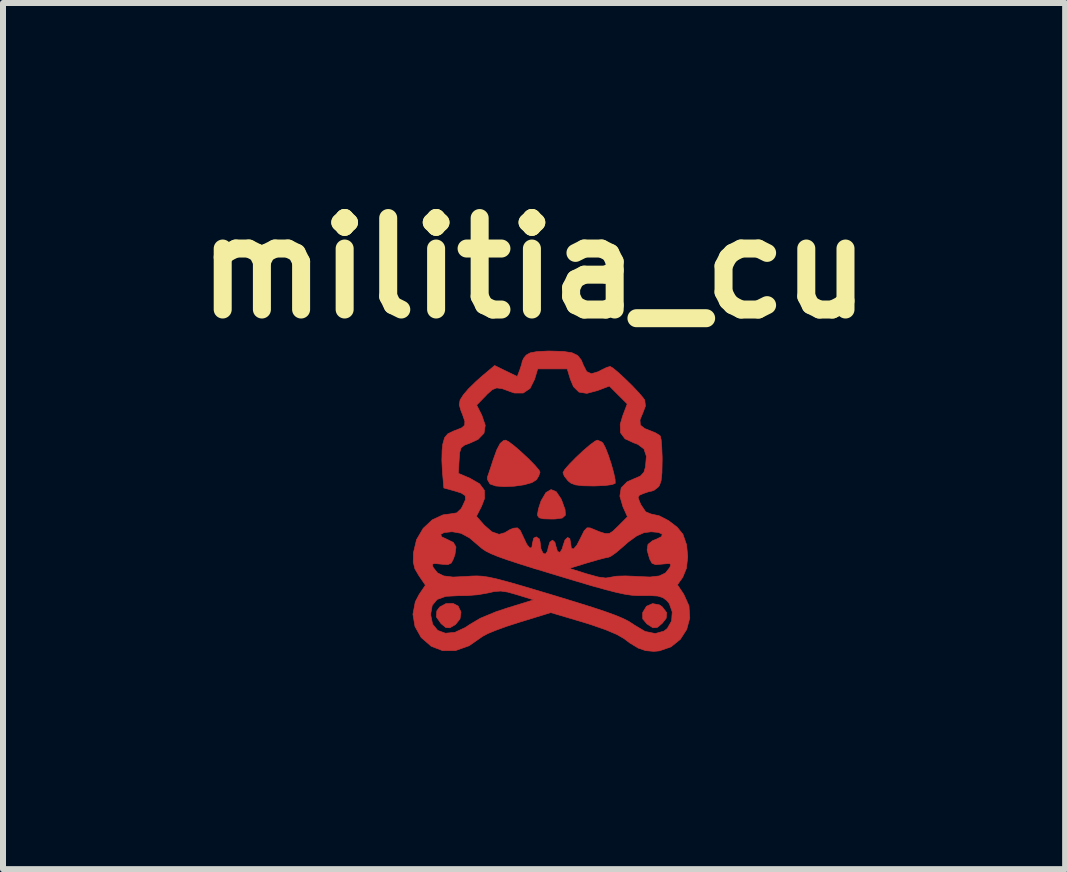
<source format=kicad_pcb>
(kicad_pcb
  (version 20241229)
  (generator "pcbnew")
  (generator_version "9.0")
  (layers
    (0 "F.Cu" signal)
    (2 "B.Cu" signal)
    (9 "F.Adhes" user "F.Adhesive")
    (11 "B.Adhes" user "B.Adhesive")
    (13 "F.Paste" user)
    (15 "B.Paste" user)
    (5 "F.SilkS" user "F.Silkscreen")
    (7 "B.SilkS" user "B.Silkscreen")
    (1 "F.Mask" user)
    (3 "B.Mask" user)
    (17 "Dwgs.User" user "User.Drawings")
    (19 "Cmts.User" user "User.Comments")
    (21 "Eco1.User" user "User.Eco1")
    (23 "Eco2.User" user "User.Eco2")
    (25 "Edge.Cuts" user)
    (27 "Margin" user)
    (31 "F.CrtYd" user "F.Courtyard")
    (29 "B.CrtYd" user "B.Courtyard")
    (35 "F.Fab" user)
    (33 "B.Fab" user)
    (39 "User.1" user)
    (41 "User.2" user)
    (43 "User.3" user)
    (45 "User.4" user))
  (footprint "militia_cu"
    (layer "F.Cu")
    (at 6.119 5.302)
    (property "Reference" "militia_cu" (at -0.269 -3.884 0) (layer "F.SilkS") (effects (font (size 1.524 1.524) (thickness 0.3))))
    (attr through_hole)
    (fp_poly (pts (xy -1.535 1.747) (xy -1.487 1.847) (xy -1.504 1.961) (xy -1.578 2.054) (xy -1.672 2.109) (xy -1.739 2.106) (xy -1.818 2.041) (xy -1.823 2.035) (xy -1.898 1.927) (xy -1.89 1.827) (xy -1.842 1.763) (xy -1.738 1.706) (xy -1.618 1.704) (xy -1.535 1.747)) (stroke (width 0.01) (type solid)) (fill yes) (layer "F.Cu"))
    (fp_poly (pts (xy 1.82 1.728) (xy 1.867 1.761) (xy 1.94 1.857) (xy 1.932 1.95) (xy 1.866 2.035) (xy 1.782 2.104) (xy 1.711 2.109) (xy 1.619 2.05) (xy 1.61 2.043) (xy 1.541 1.961) (xy 1.54 1.862) (xy 1.542 1.852) (xy 1.604 1.75) (xy 1.706 1.706) (xy 1.82 1.728)) (stroke (width 0.01) (type solid)) (fill yes) (layer "F.Cu"))
    (fp_poly (pts (xy 0.099 -0.159) (xy 0.179 -0.041) (xy 0.192 -0.012) (xy 0.247 0.14) (xy 0.253 0.232) (xy 0.201 0.28) (xy 0.084 0.296) (xy 0.021 0.297) (xy -0.114 0.293) (xy -0.185 0.276) (xy -0.21 0.241) (xy -0.212 0.217) (xy -0.196 0.126) (xy -0.157 0.006) (xy -0.15 -0.011) (xy -0.072 -0.144) (xy 0.014 -0.194) (xy 0.099 -0.159)) (stroke (width 0.01) (type solid)) (fill yes) (layer "F.Cu"))
    (fp_poly (pts (xy -0.69 -0.99) (xy -0.596 -0.918) (xy -0.481 -0.818) (xy -0.363 -0.708) (xy -0.26 -0.603) (xy -0.19 -0.522) (xy -0.17 -0.484) (xy -0.193 -0.418) (xy -0.23 -0.358) (xy -0.306 -0.31) (xy -0.439 -0.273) (xy -0.602 -0.25) (xy -0.768 -0.243) (xy -0.909 -0.254) (xy -1 -0.286) (xy -1.006 -0.291) (xy -1.047 -0.362) (xy -1.048 -0.398) (xy -1.026 -0.462) (xy -0.987 -0.578) (xy -0.955 -0.678) (xy -0.891 -0.856) (xy -0.835 -0.962) (xy -0.779 -1.011) (xy -0.744 -1.018) (xy -0.69 -0.99)) (stroke (width 0.01) (type solid)) (fill yes) (layer "F.Cu"))
    (fp_poly (pts (xy 0.856 -0.988) (xy 0.88 -0.965) (xy 0.92 -0.889) (xy 0.968 -0.767) (xy 1.016 -0.621) (xy 1.056 -0.479) (xy 1.081 -0.363) (xy 1.083 -0.3) (xy 1.082 -0.298) (xy 1.03 -0.277) (xy 0.915 -0.262) (xy 0.76 -0.255) (xy 0.718 -0.254) (xy 0.539 -0.258) (xy 0.422 -0.272) (xy 0.346 -0.3) (xy 0.297 -0.339) (xy 0.234 -0.419) (xy 0.212 -0.476) (xy 0.242 -0.529) (xy 0.32 -0.618) (xy 0.427 -0.727) (xy 0.546 -0.839) (xy 0.658 -0.935) (xy 0.746 -1) (xy 0.786 -1.018) (xy 0.856 -0.988)) (stroke (width 0.01) (type solid)) (fill yes) (layer "F.Cu"))
    (fp_poly (pts (xy 0.218 -2.496) (xy 0.362 -2.474) (xy 0.456 -2.429) (xy 0.517 -2.353) (xy 0.551 -2.269) (xy 0.607 -2.16) (xy 0.686 -2.124) (xy 0.802 -2.159) (xy 0.848 -2.184) (xy 0.94 -2.229) (xy 0.998 -2.246) (xy 1.046 -2.218) (xy 1.135 -2.144) (xy 1.246 -2.041) (xy 1.364 -1.926) (xy 1.47 -1.814) (xy 1.548 -1.723) (xy 1.575 -1.684) (xy 1.586 -1.585) (xy 1.549 -1.487) (xy 1.495 -1.355) (xy 1.501 -1.269) (xy 1.574 -1.211) (xy 1.643 -1.184) (xy 1.753 -1.14) (xy 1.826 -1.095) (xy 1.833 -1.086) (xy 1.848 -1.024) (xy 1.858 -0.901) (xy 1.865 -0.737) (xy 1.865 -0.671) (xy 1.861 -0.472) (xy 1.847 -0.341) (xy 1.819 -0.262) (xy 1.799 -0.236) (xy 1.731 -0.183) (xy 1.696 -0.17) (xy 1.632 -0.156) (xy 1.551 -0.128) (xy 1.482 -0.098) (xy 1.464 -0.06) (xy 1.491 0.014) (xy 1.513 0.062) (xy 1.59 0.176) (xy 1.676 0.212) (xy 1.816 0.243) (xy 1.972 0.324) (xy 2.115 0.433) (xy 2.211 0.551) (xy 2.211 0.552) (xy 2.272 0.727) (xy 2.291 0.926) (xy 2.269 1.118) (xy 2.207 1.27) (xy 2.204 1.273) (xy 2.119 1.393) (xy 2.225 1.551) (xy 2.312 1.744) (xy 2.325 1.945) (xy 2.274 2.136) (xy 2.167 2.302) (xy 2.012 2.427) (xy 1.818 2.494) (xy 1.725 2.502) (xy 1.59 2.49) (xy 1.467 2.448) (xy 1.327 2.363) (xy 1.23 2.29) (xy 1.111 2.221) (xy 0.924 2.142) (xy 0.68 2.057) (xy 0.545 2.015) (xy 0.009 1.856) (xy -0.515 2.017) (xy -0.721 2.083) (xy -0.902 2.149) (xy -1.042 2.206) (xy -1.12 2.248) (xy -1.124 2.25) (xy -1.353 2.409) (xy -1.579 2.489) (xy -1.794 2.49) (xy -1.983 2.417) (xy -2.151 2.271) (xy -2.254 2.087) (xy -2.287 1.889) (xy -1.993 1.889) (xy -1.961 2.048) (xy -1.875 2.153) (xy -1.747 2.2) (xy -1.589 2.185) (xy -1.414 2.104) (xy -1.353 2.062) (xy -1.167 1.951) (xy -0.902 1.841) (xy -0.721 1.781) (xy -0.276 1.644) (xy -0.551 1.559) (xy -0.71 1.514) (xy -0.825 1.497) (xy -0.932 1.505) (xy -1.039 1.529) (xy -1.202 1.558) (xy -1.397 1.574) (xy -1.527 1.574) (xy -1.74 1.585) (xy -1.885 1.637) (xy -1.967 1.736) (xy -1.993 1.886) (xy -1.993 1.889) (xy -2.287 1.889) (xy -2.288 1.883) (xy -2.249 1.677) (xy -2.185 1.554) (xy -2.08 1.399) (xy -2.189 1.24) (xy -2.256 1.125) (xy -2.274 1.05) (xy -1.967 1.05) (xy -1.956 1.092) (xy -1.949 1.106) (xy -1.879 1.194) (xy -1.775 1.245) (xy -1.621 1.264) (xy -1.404 1.254) (xy -1.307 1.247) (xy -1.22 1.245) (xy -1.132 1.25) (xy -1.03 1.265) (xy -0.904 1.292) (xy -0.743 1.334) (xy -0.534 1.393) (xy -0.267 1.472) (xy 0.064 1.571) (xy 0.417 1.679) (xy 0.698 1.767) (xy 0.918 1.84) (xy 1.086 1.901) (xy 1.213 1.954) (xy 1.308 2.002) (xy 1.382 2.05) (xy 1.396 2.06) (xy 1.58 2.17) (xy 1.749 2.205) (xy 1.894 2.165) (xy 1.951 2.12) (xy 2.022 1.995) (xy 2.033 1.845) (xy 1.984 1.706) (xy 1.941 1.654) (xy 1.875 1.606) (xy 1.79 1.58) (xy 1.663 1.572) (xy 1.549 1.573) (xy 1.451 1.573) (xy 1.352 1.566) (xy 1.238 1.549) (xy 1.1 1.519) (xy 0.925 1.474) (xy 0.701 1.412) (xy 0.419 1.328) (xy 0.107 1.234) (xy -0.236 1.13) (xy -0.273 1.119) (xy 0.318 1.119) (xy 0.614 1.212) (xy 0.799 1.263) (xy 0.926 1.28) (xy 1.015 1.265) (xy 1.107 1.249) (xy 1.254 1.245) (xy 1.425 1.252) (xy 1.444 1.254) (xy 1.663 1.263) (xy 1.817 1.245) (xy 1.921 1.195) (xy 1.99 1.107) (xy 1.991 1.106) (xy 2.011 1.056) (xy 1.984 1.038) (xy 1.895 1.045) (xy 1.866 1.048) (xy 1.755 1.057) (xy 1.696 1.034) (xy 1.659 0.967) (xy 1.655 0.957) (xy 1.614 0.813) (xy 1.629 0.719) (xy 1.706 0.657) (xy 1.765 0.634) (xy 1.855 0.59) (xy 1.866 0.549) (xy 1.802 0.52) (xy 1.683 0.509) (xy 1.562 0.524) (xy 1.441 0.578) (xy 1.3 0.68) (xy 1.199 0.769) (xy 1.093 0.859) (xy 1.008 0.918) (xy 0.972 0.933) (xy 0.911 0.945) (xy 0.793 0.976) (xy 0.642 1.02) (xy 0.621 1.026) (xy 0.318 1.119) (xy -0.273 1.119) (xy -0.506 1.046) (xy -0.716 0.977) (xy -0.874 0.921) (xy -0.99 0.873) (xy -1.075 0.83) (xy -1.138 0.788) (xy -1.187 0.746) (xy -1.347 0.61) (xy -1.486 0.535) (xy -1.624 0.51) (xy -1.64 0.509) (xy -1.768 0.522) (xy -1.826 0.553) (xy -1.808 0.594) (xy -1.722 0.634) (xy -1.614 0.687) (xy -1.571 0.764) (xy -1.587 0.883) (xy -1.612 0.957) (xy -1.649 1.03) (xy -1.705 1.056) (xy -1.809 1.05) (xy -1.824 1.048) (xy -1.929 1.038) (xy -1.967 1.05) (xy -2.274 1.05) (xy -2.283 1.015) (xy -2.28 0.866) (xy -2.279 0.857) (xy -2.228 0.641) (xy -2.118 0.453) (xy -1.966 0.31) (xy -1.786 0.227) (xy -1.67 0.212) (xy -1.558 0.194) (xy -1.486 0.125) (xy -1.464 0.087) (xy -1.413 -0.025) (xy -1.416 -0.092) (xy -1.482 -0.136) (xy -1.586 -0.169) (xy -1.773 -0.221) (xy -1.794 -0.465) (xy -1.531 -0.465) (xy -1.337 -0.382) (xy -1.177 -0.29) (xy -1.097 -0.181) (xy -1.095 -0.045) (xy -1.145 0.085) (xy -1.23 0.251) (xy -1.098 0.401) (xy -0.973 0.51) (xy -0.852 0.552) (xy -0.751 0.523) (xy -0.74 0.514) (xy -0.668 0.471) (xy -0.609 0.449) (xy -0.546 0.444) (xy -0.499 0.489) (xy -0.452 0.589) (xy -0.391 0.718) (xy -0.341 0.78) (xy -0.307 0.772) (xy -0.297 0.702) (xy -0.275 0.615) (xy -0.233 0.594) (xy -0.181 0.629) (xy -0.17 0.675) (xy -0.155 0.793) (xy -0.121 0.866) (xy -0.081 0.882) (xy -0.046 0.833) (xy -0.035 0.777) (xy -0.006 0.682) (xy 0.038 0.649) (xy 0.078 0.685) (xy 0.092 0.741) (xy 0.121 0.837) (xy 0.163 0.853) (xy 0.201 0.789) (xy 0.212 0.746) (xy 0.245 0.647) (xy 0.289 0.604) (xy 0.326 0.623) (xy 0.339 0.696) (xy 0.352 0.785) (xy 0.389 0.796) (xy 0.444 0.732) (xy 0.507 0.61) (xy 0.565 0.493) (xy 0.614 0.443) (xy 0.666 0.445) (xy 0.668 0.446) (xy 0.821 0.509) (xy 0.919 0.54) (xy 0.986 0.537) (xy 1.046 0.498) (xy 1.124 0.422) (xy 1.132 0.415) (xy 1.287 0.259) (xy 1.211 0.091) (xy 1.16 -0.085) (xy 1.182 -0.222) (xy 1.281 -0.323) (xy 1.387 -0.37) (xy 1.502 -0.419) (xy 1.561 -0.483) (xy 1.587 -0.572) (xy 1.602 -0.749) (xy 1.562 -0.87) (xy 1.461 -0.947) (xy 1.394 -0.972) (xy 1.246 -1.04) (xy 1.171 -1.141) (xy 1.166 -1.282) (xy 1.208 -1.424) (xy 1.283 -1.621) (xy 0.985 -1.919) (xy 0.788 -1.844) (xy 0.61 -1.797) (xy 0.479 -1.818) (xy 0.387 -1.909) (xy 0.335 -2.033) (xy 0.283 -2.205) (xy -0.209 -2.205) (xy -0.261 -2.031) (xy -0.337 -1.879) (xy -0.45 -1.803) (xy -0.597 -1.803) (xy -0.657 -1.823) (xy -0.799 -1.875) (xy -0.892 -1.888) (xy -0.966 -1.859) (xy -1.051 -1.783) (xy -1.074 -1.758) (xy -1.226 -1.602) (xy -1.14 -1.432) (xy -1.083 -1.265) (xy -1.104 -1.133) (xy -1.202 -1.031) (xy -1.327 -0.973) (xy -1.431 -0.933) (xy -1.485 -0.889) (xy -1.509 -0.812) (xy -1.518 -0.689) (xy -1.531 -0.465) (xy -1.794 -0.465) (xy -1.797 -0.503) (xy -1.806 -0.679) (xy -1.802 -0.848) (xy -1.791 -0.95) (xy -1.761 -1.058) (xy -1.707 -1.123) (xy -1.601 -1.174) (xy -1.577 -1.182) (xy -1.475 -1.223) (xy -1.426 -1.266) (xy -1.423 -1.332) (xy -1.462 -1.445) (xy -1.488 -1.51) (xy -1.517 -1.608) (xy -1.502 -1.687) (xy -1.449 -1.771) (xy -1.366 -1.869) (xy -1.245 -1.988) (xy -1.141 -2.081) (xy -0.926 -2.261) (xy -0.738 -2.169) (xy -0.549 -2.078) (xy -0.508 -2.187) (xy -0.477 -2.28) (xy -0.466 -2.332) (xy -0.439 -2.388) (xy -0.4 -2.435) (xy -0.335 -2.472) (xy -0.223 -2.493) (xy -0.047 -2.502) (xy 0.006 -2.502) (xy 0.218 -2.496)) (stroke (width 0.01) (type solid)) (fill yes) (layer "F.Cu"))
    (pad "" smd circle (at 0 0.381) (size 5.5 5.5) (layers "F.Mask")))
  (gr_rect
    (start -3 -3)
    (end 14.699 11.433)
    (stroke (width 0.1) (type default))
    (fill no)
    (layer "Edge.Cuts")))
</source>
